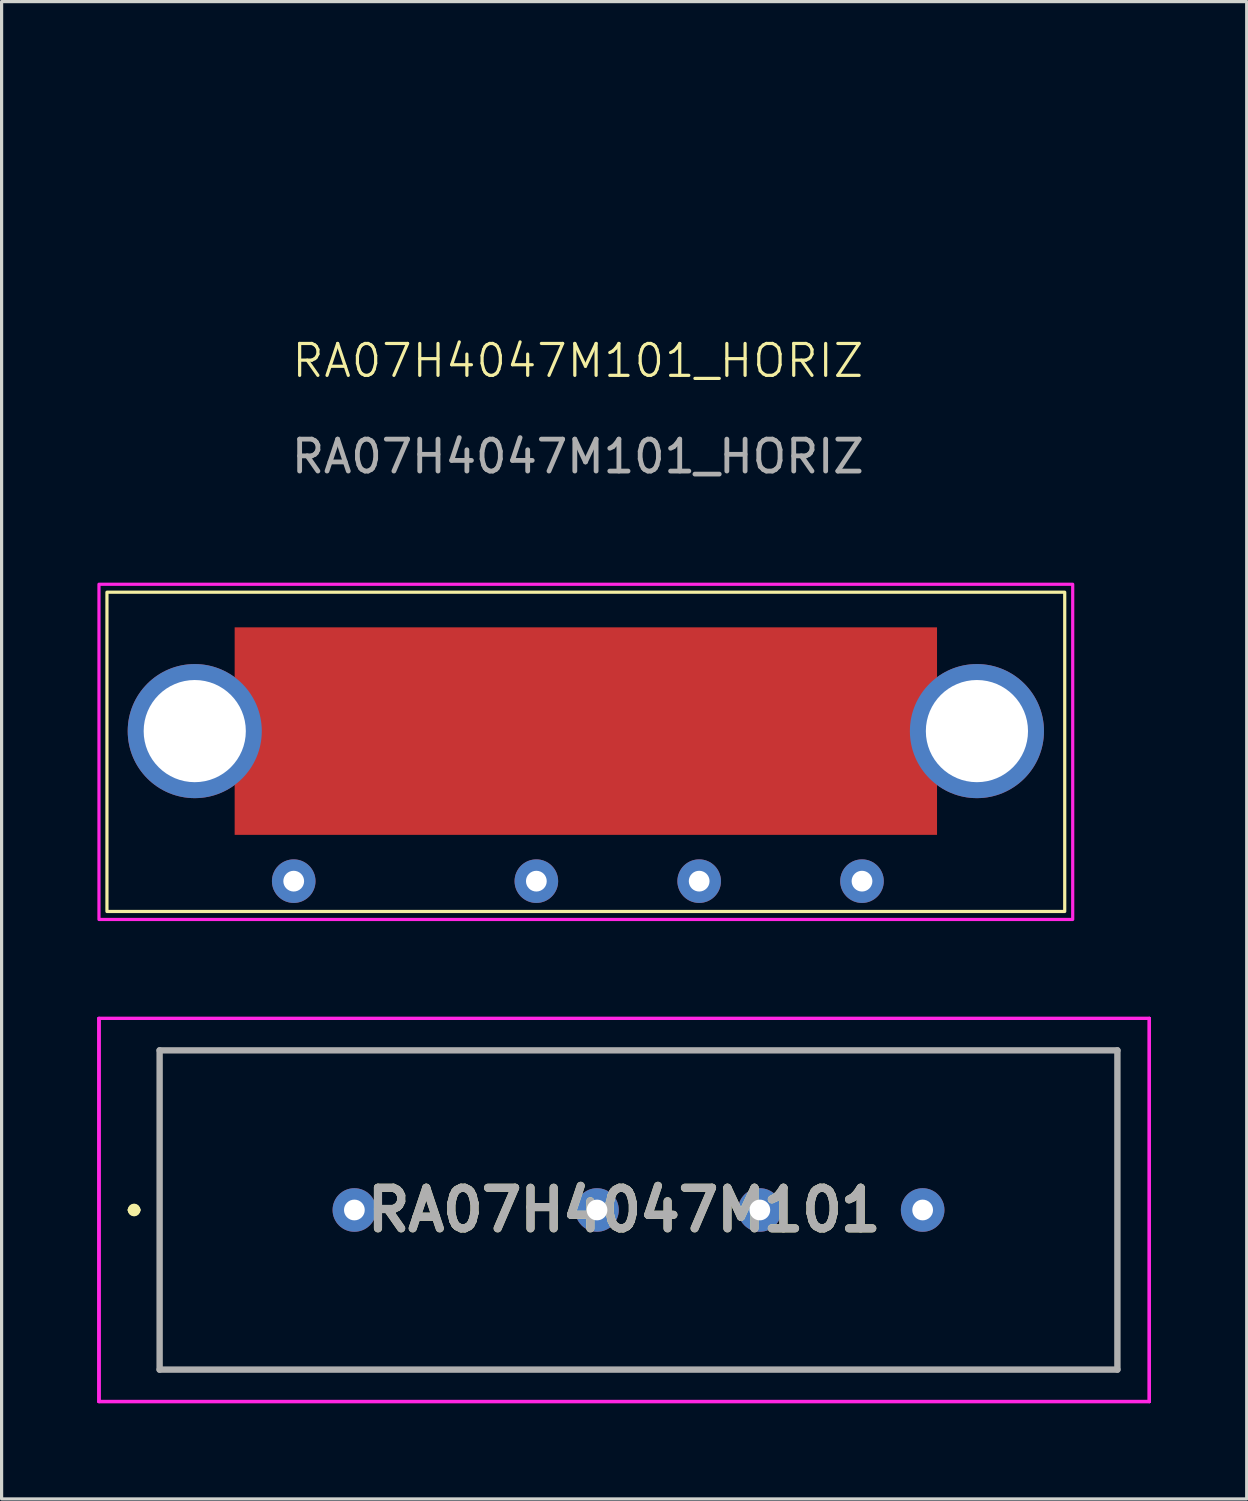
<source format=kicad_pcb>
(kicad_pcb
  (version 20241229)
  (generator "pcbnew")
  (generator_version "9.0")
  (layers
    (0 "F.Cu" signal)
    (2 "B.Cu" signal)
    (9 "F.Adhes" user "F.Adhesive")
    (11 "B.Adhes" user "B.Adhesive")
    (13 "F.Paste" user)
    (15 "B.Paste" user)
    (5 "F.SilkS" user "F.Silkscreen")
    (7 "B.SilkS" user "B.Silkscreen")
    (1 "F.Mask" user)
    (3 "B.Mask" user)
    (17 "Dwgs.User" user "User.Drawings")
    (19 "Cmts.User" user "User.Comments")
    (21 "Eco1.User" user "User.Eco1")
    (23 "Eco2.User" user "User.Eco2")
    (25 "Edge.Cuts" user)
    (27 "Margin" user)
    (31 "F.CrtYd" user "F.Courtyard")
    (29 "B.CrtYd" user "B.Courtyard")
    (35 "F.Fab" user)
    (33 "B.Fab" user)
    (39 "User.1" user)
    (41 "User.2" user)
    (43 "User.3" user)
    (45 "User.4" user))
  (footprint "RA07H4047M101_HORIZ"
    (layer "F.Cu")
    (at 15.05 0.25)
    (property "Reference" "RA07H4047M101_HORIZ" (at 0 8 0) (unlocked yes) (layer "F.SilkS") (effects (font (size 1 1) (thickness 0.1))))
    (attr smd)
    (fp_rect (start -14.75 15.25) (end 15.25 25.25) (stroke (width 0.1) (type default)) (fill no) (layer "F.SilkS"))
    (fp_rect (start -15 15) (end 15.5 25.5) (stroke (width 0.1) (type default)) (fill no) (layer "F.CrtYd"))
    (fp_text user "${REFERENCE}" (at 0 11 0) (unlocked yes) (layer "F.Fab") (effects (font (size 1 1) (thickness 0.15))))
    (pad "1" thru_hole circle (at -8.9 24.3) (size 1.365 1.365) (drill 0.65) (layers "*.Cu" "*.Mask"))
    (pad "2" thru_hole circle (at -1.3 24.3) (size 1.365 1.365) (drill 0.65) (layers "*.Cu" "*.Mask"))
    (pad "3" thru_hole circle (at 3.8 24.3) (size 1.365 1.365) (drill 0.65) (layers "*.Cu" "*.Mask"))
    (pad "4" thru_hole circle (at 8.9 24.3) (size 1.365 1.365) (drill 0.65) (layers "*.Cu" "*.Mask"))
    (pad "5" smd rect (at 0.25 19.6) (size 22 6.5) (layers "F.Cu" "F.Mask" "F.Paste"))
    (pad "MH1" thru_hole circle (at 12.5 19.6) (size 4.2 4.2) (drill 3.2) (layers "*.Cu" "*.Mask"))
    (pad "MH2" thru_hole circle (at -12 19.6) (size 4.2 4.2) (drill 3.2) (layers "*.Cu" "*.Mask")))
  (footprint "RA07H4047M101"
    (layer "F.Cu")
    (at 8.05 34.85)
    (property "Reference" "RA07H4047M101" (at 8.45 0 0) (layer "F.SilkS") (effects (font (size 1.27 1.27) (thickness 0.254))))
    (attr through_hole)
    (fp_line (start -7 0) (end -7 0) (stroke (width 0.2) (type solid)) (layer "F.SilkS"))
    (fp_line (start -6.8 0) (end -6.8 0) (stroke (width 0.2) (type solid)) (layer "F.SilkS"))
    (fp_line (start -6.1 -5) (end 23.9 -5) (stroke (width 0.1) (type solid)) (layer "F.SilkS"))
    (fp_line (start -6.1 5) (end -6.1 -5) (stroke (width 0.1) (type solid)) (layer "F.SilkS"))
    (fp_line (start 23.9 -5) (end 23.9 5) (stroke (width 0.1) (type solid)) (layer "F.SilkS"))
    (fp_line (start 23.9 5) (end -6.1 5) (stroke (width 0.1) (type solid)) (layer "F.SilkS"))
    (fp_arc (start -7 0) (mid -6.9 -0.1) (end -6.8 0) (stroke (width 0.2) (type solid)) (layer "F.SilkS"))
    (fp_arc (start -6.8 0) (mid -6.9 0.1) (end -7 0) (stroke (width 0.2) (type solid)) (layer "F.SilkS"))
    (fp_line (start -8 -6) (end 24.9 -6) (stroke (width 0.1) (type solid)) (layer "F.CrtYd"))
    (fp_line (start -8 -6) (end 24.9 -6) (stroke (width 0.1) (type solid)) (layer "F.CrtYd"))
    (fp_line (start -8 -6) (end 24.9 -6) (stroke (width 0.1) (type solid)) (layer "F.CrtYd"))
    (fp_line (start -8 6) (end -8 -6) (stroke (width 0.1) (type solid)) (layer "F.CrtYd"))
    (fp_line (start -8 6) (end -8 -6) (stroke (width 0.1) (type solid)) (layer "F.CrtYd"))
    (fp_line (start -8 6) (end -8 -6) (stroke (width 0.1) (type solid)) (layer "F.CrtYd"))
    (fp_line (start 24.9 -6) (end 24.9 6) (stroke (width 0.1) (type solid)) (layer "F.CrtYd"))
    (fp_line (start 24.9 -6) (end 24.9 6) (stroke (width 0.1) (type solid)) (layer "F.CrtYd"))
    (fp_line (start 24.9 -6) (end 24.9 6) (stroke (width 0.1) (type solid)) (layer "F.CrtYd"))
    (fp_line (start 24.9 6) (end -8 6) (stroke (width 0.1) (type solid)) (layer "F.CrtYd"))
    (fp_line (start 24.9 6) (end -8 6) (stroke (width 0.1) (type solid)) (layer "F.CrtYd"))
    (fp_line (start 24.9 6) (end -8 6) (stroke (width 0.1) (type solid)) (layer "F.CrtYd"))
    (fp_line (start -6.1 -5) (end 23.9 -5) (stroke (width 0.2) (type solid)) (layer "F.Fab"))
    (fp_line (start -6.1 5) (end -6.1 -5) (stroke (width 0.2) (type solid)) (layer "F.Fab"))
    (fp_line (start 23.9 -5) (end 23.9 5) (stroke (width 0.2) (type solid)) (layer "F.Fab"))
    (fp_line (start 23.9 5) (end -6.1 5) (stroke (width 0.2) (type solid)) (layer "F.Fab"))
    (fp_text user "${REFERENCE}" (at 8.45 0 0) (layer "F.Fab") (effects (font (size 1.27 1.27) (thickness 0.254))))
    (pad "1" thru_hole circle (at 0 0) (size 1.365 1.365) (drill 0.65) (layers "*.Cu" "*.Mask"))
    (pad "2" thru_hole circle (at 7.6 0) (size 1.365 1.365) (drill 0.65) (layers "*.Cu" "*.Mask"))
    (pad "3" thru_hole circle (at 12.7 0) (size 1.365 1.365) (drill 0.65) (layers "*.Cu" "*.Mask"))
    (pad "4" thru_hole circle (at 17.8 0) (size 1.365 1.365) (drill 0.65) (layers "*.Cu" "*.Mask")))
  (gr_rect
    (start -3 -3)
    (end 36 43.9)
    (stroke (width 0.1) (type default))
    (fill no)
    (layer "Edge.Cuts")))
</source>
